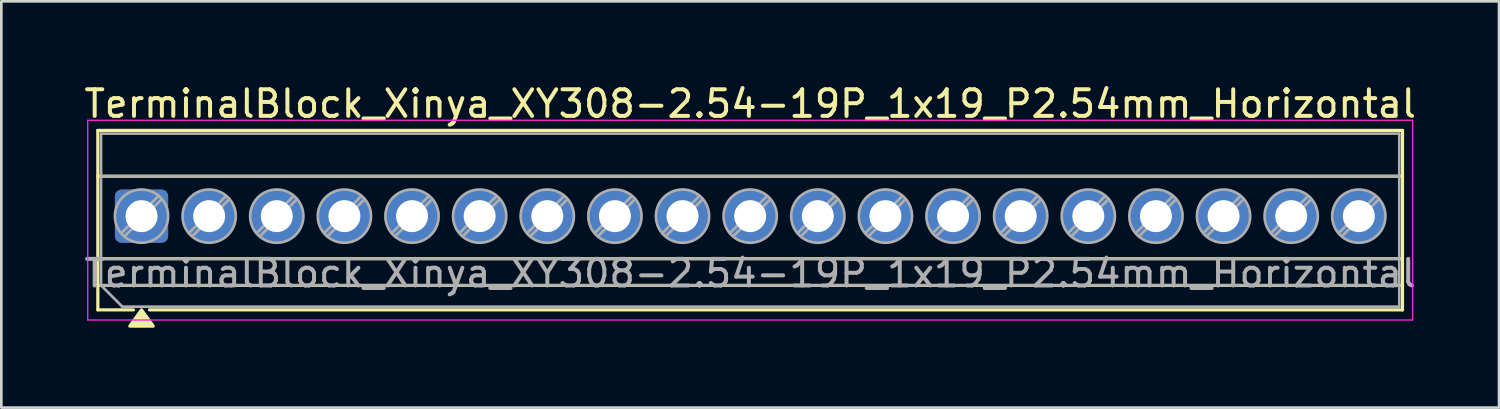
<source format=kicad_pcb>
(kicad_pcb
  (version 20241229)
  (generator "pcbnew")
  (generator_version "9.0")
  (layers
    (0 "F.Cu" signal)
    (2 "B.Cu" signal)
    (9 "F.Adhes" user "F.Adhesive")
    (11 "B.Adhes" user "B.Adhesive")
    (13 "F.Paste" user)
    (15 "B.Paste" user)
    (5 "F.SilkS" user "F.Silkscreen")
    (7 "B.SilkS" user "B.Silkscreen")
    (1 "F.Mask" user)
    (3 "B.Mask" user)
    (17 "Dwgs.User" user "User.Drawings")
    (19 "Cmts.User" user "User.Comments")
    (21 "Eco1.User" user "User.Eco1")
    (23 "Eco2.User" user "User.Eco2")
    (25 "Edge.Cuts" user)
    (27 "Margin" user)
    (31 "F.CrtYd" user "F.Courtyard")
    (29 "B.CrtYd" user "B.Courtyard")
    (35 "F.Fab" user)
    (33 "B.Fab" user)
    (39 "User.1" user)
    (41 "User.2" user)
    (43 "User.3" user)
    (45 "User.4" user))
  (footprint "TerminalBlock_Xinya_XY308-2.54-19P_1x19_P2.54mm_Horizontal"
    (layer "F.Cu")
    (at 2.265 5.068)
    (property "Reference" "TerminalBlock_Xinya_XY308-2.54-19P_1x19_P2.54mm_Horizontal" (at 22.86 -4.22 0) (layer "F.SilkS") (effects (font (size 1 1) (thickness 0.15))))
    (attr through_hole)
    (fp_line (start -1.64 -3.22) (end 47.36 -3.22) (stroke (width 0.12) (type solid)) (layer "F.SilkS"))
    (fp_line (start -1.64 -1.5) (end 47.36 -1.5) (stroke (width 0.12) (type solid)) (layer "F.SilkS"))
    (fp_line (start -1.64 1.6) (end 47.36 1.6) (stroke (width 0.12) (type solid)) (layer "F.SilkS"))
    (fp_line (start -1.64 2.6) (end 47.36 2.6) (stroke (width 0.12) (type solid)) (layer "F.SilkS"))
    (fp_line (start -1.64 3.52) (end -1.64 -3.22) (stroke (width 0.12) (type solid)) (layer "F.SilkS"))
    (fp_line (start -0.3 3.52) (end -1.64 3.52) (stroke (width 0.12) (type solid)) (layer "F.SilkS"))
    (fp_line (start 47.36 -3.22) (end 47.36 3.52) (stroke (width 0.12) (type solid)) (layer "F.SilkS"))
    (fp_line (start 47.36 3.52) (end 0.3 3.52) (stroke (width 0.12) (type solid)) (layer "F.SilkS"))
    (fp_poly (pts (xy 0 3.52) (xy 0.44 4.13) (xy -0.44 4.13)) (stroke (width 0.12) (type solid)) (fill yes) (layer "F.SilkS"))
    (fp_line (start -2.02 -3.6) (end -2.02 3.9) (stroke (width 0.05) (type solid)) (layer "F.CrtYd"))
    (fp_line (start -2.02 3.9) (end 47.74 3.9) (stroke (width 0.05) (type solid)) (layer "F.CrtYd"))
    (fp_line (start 47.74 -3.6) (end -2.02 -3.6) (stroke (width 0.05) (type solid)) (layer "F.CrtYd"))
    (fp_line (start 47.74 3.9) (end 47.74 -3.6) (stroke (width 0.05) (type solid)) (layer "F.CrtYd"))
    (fp_line (start -1.52 -3.1) (end 47.24 -3.1) (stroke (width 0.1) (type solid)) (layer "F.Fab"))
    (fp_line (start -1.52 -1.5) (end 47.24 -1.5) (stroke (width 0.1) (type solid)) (layer "F.Fab"))
    (fp_line (start -1.52 1.6) (end 47.24 1.6) (stroke (width 0.1) (type solid)) (layer "F.Fab"))
    (fp_line (start -1.52 2.6) (end -1.52 -3.1) (stroke (width 0.1) (type solid)) (layer "F.Fab"))
    (fp_line (start -1.52 2.6) (end 47.24 2.6) (stroke (width 0.1) (type solid)) (layer "F.Fab"))
    (fp_line (start -0.72 3.4) (end -1.52 2.6) (stroke (width 0.1) (type solid)) (layer "F.Fab"))
    (fp_line (start 0.636 -0.758) (end -0.758 0.636) (stroke (width 0.1) (type solid)) (layer "F.Fab"))
    (fp_line (start 0.758 -0.636) (end -0.636 0.758) (stroke (width 0.1) (type solid)) (layer "F.Fab"))
    (fp_line (start 3.176 -0.758) (end 1.782 0.636) (stroke (width 0.1) (type solid)) (layer "F.Fab"))
    (fp_line (start 3.298 -0.636) (end 1.904 0.758) (stroke (width 0.1) (type solid)) (layer "F.Fab"))
    (fp_line (start 5.716 -0.758) (end 4.322 0.636) (stroke (width 0.1) (type solid)) (layer "F.Fab"))
    (fp_line (start 5.838 -0.636) (end 4.444 0.758) (stroke (width 0.1) (type solid)) (layer "F.Fab"))
    (fp_line (start 8.256 -0.758) (end 6.862 0.636) (stroke (width 0.1) (type solid)) (layer "F.Fab"))
    (fp_line (start 8.378 -0.636) (end 6.984 0.758) (stroke (width 0.1) (type solid)) (layer "F.Fab"))
    (fp_line (start 10.796 -0.758) (end 9.402 0.636) (stroke (width 0.1) (type solid)) (layer "F.Fab"))
    (fp_line (start 10.918 -0.636) (end 9.524 0.758) (stroke (width 0.1) (type solid)) (layer "F.Fab"))
    (fp_line (start 13.336 -0.758) (end 11.942 0.636) (stroke (width 0.1) (type solid)) (layer "F.Fab"))
    (fp_line (start 13.458 -0.636) (end 12.064 0.758) (stroke (width 0.1) (type solid)) (layer "F.Fab"))
    (fp_line (start 15.876 -0.758) (end 14.482 0.636) (stroke (width 0.1) (type solid)) (layer "F.Fab"))
    (fp_line (start 15.998 -0.636) (end 14.604 0.758) (stroke (width 0.1) (type solid)) (layer "F.Fab"))
    (fp_line (start 18.416 -0.758) (end 17.022 0.636) (stroke (width 0.1) (type solid)) (layer "F.Fab"))
    (fp_line (start 18.538 -0.636) (end 17.144 0.758) (stroke (width 0.1) (type solid)) (layer "F.Fab"))
    (fp_line (start 20.956 -0.758) (end 19.562 0.636) (stroke (width 0.1) (type solid)) (layer "F.Fab"))
    (fp_line (start 21.078 -0.636) (end 19.684 0.758) (stroke (width 0.1) (type solid)) (layer "F.Fab"))
    (fp_line (start 23.496 -0.758) (end 22.102 0.636) (stroke (width 0.1) (type solid)) (layer "F.Fab"))
    (fp_line (start 23.618 -0.636) (end 22.224 0.758) (stroke (width 0.1) (type solid)) (layer "F.Fab"))
    (fp_line (start 26.036 -0.758) (end 24.642 0.636) (stroke (width 0.1) (type solid)) (layer "F.Fab"))
    (fp_line (start 26.158 -0.636) (end 24.764 0.758) (stroke (width 0.1) (type solid)) (layer "F.Fab"))
    (fp_line (start 28.576 -0.758) (end 27.182 0.636) (stroke (width 0.1) (type solid)) (layer "F.Fab"))
    (fp_line (start 28.698 -0.636) (end 27.304 0.758) (stroke (width 0.1) (type solid)) (layer "F.Fab"))
    (fp_line (start 31.116 -0.758) (end 29.722 0.636) (stroke (width 0.1) (type solid)) (layer "F.Fab"))
    (fp_line (start 31.238 -0.636) (end 29.844 0.758) (stroke (width 0.1) (type solid)) (layer "F.Fab"))
    (fp_line (start 33.656 -0.758) (end 32.262 0.636) (stroke (width 0.1) (type solid)) (layer "F.Fab"))
    (fp_line (start 33.778 -0.636) (end 32.384 0.758) (stroke (width 0.1) (type solid)) (layer "F.Fab"))
    (fp_line (start 36.196 -0.758) (end 34.802 0.636) (stroke (width 0.1) (type solid)) (layer "F.Fab"))
    (fp_line (start 36.318 -0.636) (end 34.924 0.758) (stroke (width 0.1) (type solid)) (layer "F.Fab"))
    (fp_line (start 38.736 -0.758) (end 37.342 0.636) (stroke (width 0.1) (type solid)) (layer "F.Fab"))
    (fp_line (start 38.858 -0.636) (end 37.464 0.758) (stroke (width 0.1) (type solid)) (layer "F.Fab"))
    (fp_line (start 41.276 -0.758) (end 39.882 0.636) (stroke (width 0.1) (type solid)) (layer "F.Fab"))
    (fp_line (start 41.398 -0.636) (end 40.004 0.758) (stroke (width 0.1) (type solid)) (layer "F.Fab"))
    (fp_line (start 43.816 -0.758) (end 42.422 0.636) (stroke (width 0.1) (type solid)) (layer "F.Fab"))
    (fp_line (start 43.938 -0.636) (end 42.544 0.758) (stroke (width 0.1) (type solid)) (layer "F.Fab"))
    (fp_line (start 46.356 -0.758) (end 44.962 0.636) (stroke (width 0.1) (type solid)) (layer "F.Fab"))
    (fp_line (start 46.478 -0.636) (end 45.084 0.758) (stroke (width 0.1) (type solid)) (layer "F.Fab"))
    (fp_line (start 47.24 -3.1) (end 47.24 3.4) (stroke (width 0.1) (type solid)) (layer "F.Fab"))
    (fp_line (start 47.24 3.4) (end -0.72 3.4) (stroke (width 0.1) (type solid)) (layer "F.Fab"))
    (fp_circle (center 0 0) (end 1 0) (stroke (width 0.1) (type solid)) (fill no) (layer "F.Fab"))
    (fp_circle (center 2.54 0) (end 3.54 0) (stroke (width 0.1) (type solid)) (fill no) (layer "F.Fab"))
    (fp_circle (center 5.08 0) (end 6.08 0) (stroke (width 0.1) (type solid)) (fill no) (layer "F.Fab"))
    (fp_circle (center 7.62 0) (end 8.62 0) (stroke (width 0.1) (type solid)) (fill no) (layer "F.Fab"))
    (fp_circle (center 10.16 0) (end 11.16 0) (stroke (width 0.1) (type solid)) (fill no) (layer "F.Fab"))
    (fp_circle (center 12.7 0) (end 13.7 0) (stroke (width 0.1) (type solid)) (fill no) (layer "F.Fab"))
    (fp_circle (center 15.24 0) (end 16.24 0) (stroke (width 0.1) (type solid)) (fill no) (layer "F.Fab"))
    (fp_circle (center 17.78 0) (end 18.78 0) (stroke (width 0.1) (type solid)) (fill no) (layer "F.Fab"))
    (fp_circle (center 20.32 0) (end 21.32 0) (stroke (width 0.1) (type solid)) (fill no) (layer "F.Fab"))
    (fp_circle (center 22.86 0) (end 23.86 0) (stroke (width 0.1) (type solid)) (fill no) (layer "F.Fab"))
    (fp_circle (center 25.4 0) (end 26.4 0) (stroke (width 0.1) (type solid)) (fill no) (layer "F.Fab"))
    (fp_circle (center 27.94 0) (end 28.94 0) (stroke (width 0.1) (type solid)) (fill no) (layer "F.Fab"))
    (fp_circle (center 30.48 0) (end 31.48 0) (stroke (width 0.1) (type solid)) (fill no) (layer "F.Fab"))
    (fp_circle (center 33.02 0) (end 34.02 0) (stroke (width 0.1) (type solid)) (fill no) (layer "F.Fab"))
    (fp_circle (center 35.56 0) (end 36.56 0) (stroke (width 0.1) (type solid)) (fill no) (layer "F.Fab"))
    (fp_circle (center 38.1 0) (end 39.1 0) (stroke (width 0.1) (type solid)) (fill no) (layer "F.Fab"))
    (fp_circle (center 40.64 0) (end 41.64 0) (stroke (width 0.1) (type solid)) (fill no) (layer "F.Fab"))
    (fp_circle (center 43.18 0) (end 44.18 0) (stroke (width 0.1) (type solid)) (fill no) (layer "F.Fab"))
    (fp_circle (center 45.72 0) (end 46.72 0) (stroke (width 0.1) (type solid)) (fill no) (layer "F.Fab"))
    (fp_text user "${REFERENCE}" (at 22.86 2.15 0) (layer "F.Fab") (effects (font (size 1 1) (thickness 0.15))))
    (pad "1" thru_hole roundrect (at 0 0) (size 2 2) (drill 1.2) (layers "*.Cu" "*.Mask") (roundrect_rratio 0.125))
    (pad "2" thru_hole circle (at 2.54 0) (size 2 2) (drill 1.2) (layers "*.Cu" "*.Mask"))
    (pad "3" thru_hole circle (at 5.08 0) (size 2 2) (drill 1.2) (layers "*.Cu" "*.Mask"))
    (pad "4" thru_hole circle (at 7.62 0) (size 2 2) (drill 1.2) (layers "*.Cu" "*.Mask"))
    (pad "5" thru_hole circle (at 10.16 0) (size 2 2) (drill 1.2) (layers "*.Cu" "*.Mask"))
    (pad "6" thru_hole circle (at 12.7 0) (size 2 2) (drill 1.2) (layers "*.Cu" "*.Mask"))
    (pad "7" thru_hole circle (at 15.24 0) (size 2 2) (drill 1.2) (layers "*.Cu" "*.Mask"))
    (pad "8" thru_hole circle (at 17.78 0) (size 2 2) (drill 1.2) (layers "*.Cu" "*.Mask"))
    (pad "9" thru_hole circle (at 20.32 0) (size 2 2) (drill 1.2) (layers "*.Cu" "*.Mask"))
    (pad "10" thru_hole circle (at 22.86 0) (size 2 2) (drill 1.2) (layers "*.Cu" "*.Mask"))
    (pad "11" thru_hole circle (at 25.4 0) (size 2 2) (drill 1.2) (layers "*.Cu" "*.Mask"))
    (pad "12" thru_hole circle (at 27.94 0) (size 2 2) (drill 1.2) (layers "*.Cu" "*.Mask"))
    (pad "13" thru_hole circle (at 30.48 0) (size 2 2) (drill 1.2) (layers "*.Cu" "*.Mask"))
    (pad "14" thru_hole circle (at 33.02 0) (size 2 2) (drill 1.2) (layers "*.Cu" "*.Mask"))
    (pad "15" thru_hole circle (at 35.56 0) (size 2 2) (drill 1.2) (layers "*.Cu" "*.Mask"))
    (pad "16" thru_hole circle (at 38.1 0) (size 2 2) (drill 1.2) (layers "*.Cu" "*.Mask"))
    (pad "17" thru_hole circle (at 40.64 0) (size 2 2) (drill 1.2) (layers "*.Cu" "*.Mask"))
    (pad "18" thru_hole circle (at 43.18 0) (size 2 2) (drill 1.2) (layers "*.Cu" "*.Mask"))
    (pad "19" thru_hole circle (at 45.72 0) (size 2 2) (drill 1.2) (layers "*.Cu" "*.Mask")))
  (gr_rect
    (start -3 -3)
    (end 53.25 12.258)
    (stroke (width 0.1) (type default))
    (fill no)
    (layer "Edge.Cuts")))
</source>
